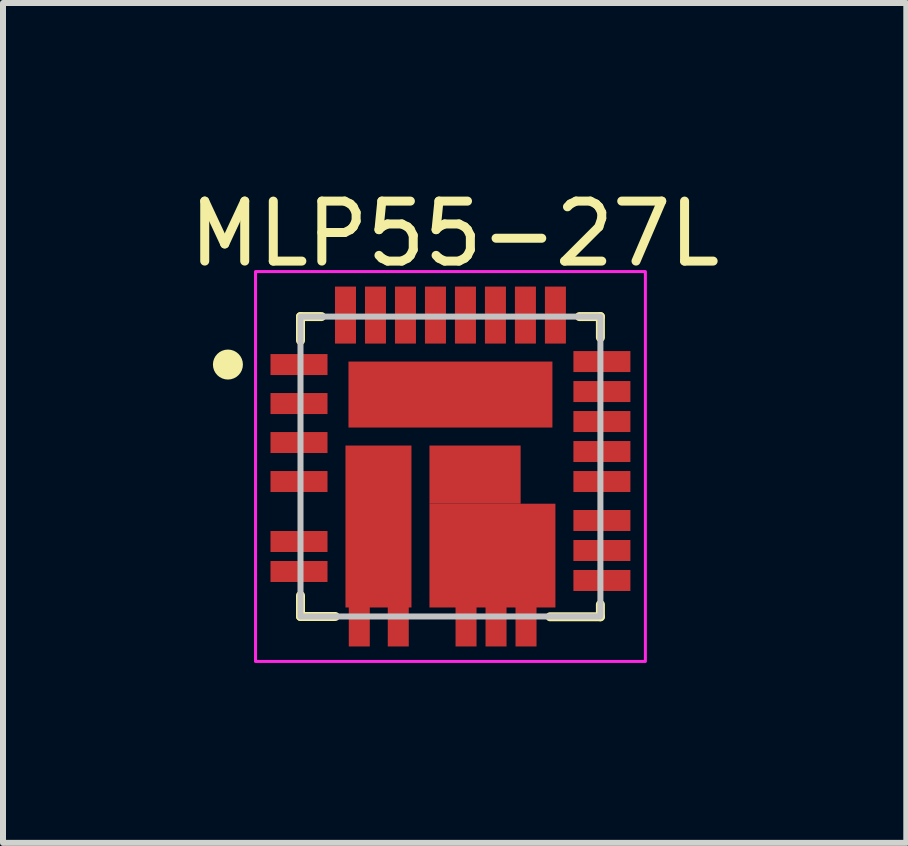
<source format=kicad_pcb>
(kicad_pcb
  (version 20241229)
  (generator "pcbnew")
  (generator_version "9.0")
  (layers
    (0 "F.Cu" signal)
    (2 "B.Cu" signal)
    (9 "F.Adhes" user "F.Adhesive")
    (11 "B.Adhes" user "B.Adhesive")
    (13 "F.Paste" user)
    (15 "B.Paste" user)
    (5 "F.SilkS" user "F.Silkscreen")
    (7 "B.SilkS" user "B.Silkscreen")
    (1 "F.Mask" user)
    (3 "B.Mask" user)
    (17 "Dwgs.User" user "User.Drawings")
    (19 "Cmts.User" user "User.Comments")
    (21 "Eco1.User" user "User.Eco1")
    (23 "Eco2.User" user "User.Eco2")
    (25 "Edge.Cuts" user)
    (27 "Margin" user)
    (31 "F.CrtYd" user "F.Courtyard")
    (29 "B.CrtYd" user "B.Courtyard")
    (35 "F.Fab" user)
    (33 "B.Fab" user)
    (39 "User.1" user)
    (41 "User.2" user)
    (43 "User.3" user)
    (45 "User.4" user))
  (footprint "MLP55-27L"
    (layer "F.Cu")
    (at 4.46 4.728)
    (property "Reference" "MLP55-27L" (at 0.07 -3.88 0) (unlocked yes) (layer "F.SilkS") (effects (font (size 1 1) (thickness 0.15))))
    (attr smd)
    (fp_line (start -2.5 -2.5) (end -2.5 -2.1) (stroke (width 0.15) (type solid)) (layer "F.SilkS"))
    (fp_line (start -2.5 -2.5) (end -2.15 -2.5) (stroke (width 0.15) (type solid)) (layer "F.SilkS"))
    (fp_line (start -2.5 2.5) (end -2.5 2.15) (stroke (width 0.15) (type solid)) (layer "F.SilkS"))
    (fp_line (start -2.5 2.5) (end -1.92 2.5) (stroke (width 0.15) (type solid)) (layer "F.SilkS"))
    (fp_line (start 2.5 -2.5) (end 2.15 -2.5) (stroke (width 0.15) (type solid)) (layer "F.SilkS"))
    (fp_line (start 2.5 -2.5) (end 2.5 -2.15) (stroke (width 0.15) (type solid)) (layer "F.SilkS"))
    (fp_line (start 2.5 2.505) (end 1.66 2.505) (stroke (width 0.15) (type solid)) (layer "F.SilkS"))
    (fp_line (start 2.5 2.505) (end 2.5 2.3) (stroke (width 0.15) (type solid)) (layer "F.SilkS"))
    (fp_circle (center -3.71 -1.7) (end -3.585 -1.7) (stroke (width 0.25) (type solid)) (fill no) (layer "F.SilkS"))
    (fp_rect (start -2.5 -2.5) (end 2.5 2.5) (stroke (width 0.1) (type solid)) (fill no) (layer "Dwgs.User"))
    (fp_rect (start -3.25 -3.25) (end 3.25 3.25) (stroke (width 0.05) (type solid)) (fill no) (layer "F.CrtYd"))
    (pad "1" smd rect (at -2.525 -1.7) (size 0.95 0.35) (layers "F.Cu" "F.Mask" "F.Paste"))
    (pad "2" smd rect (at -2.525 -1.05) (size 0.95 0.35) (layers "F.Cu" "F.Mask" "F.Paste"))
    (pad "3" smd rect (at -2.525 -0.4) (size 0.95 0.35) (layers "F.Cu" "F.Mask" "F.Paste"))
    (pad "4" smd rect (at -2.525 0.25) (size 0.95 0.35) (layers "F.Cu" "F.Mask" "F.Paste"))
    (pad "5" smd rect (at -2.525 1.25) (size 0.95 0.35) (layers "F.Cu" "F.Mask" "F.Paste"))
    (pad "6" smd rect (at -2.525 1.75) (size 0.95 0.35) (layers "F.Cu" "F.Mask" "F.Paste"))
    (pad "7" smd rect (at -1.52 2.525 90) (size 0.95 0.35) (layers "F.Cu" "F.Mask" "F.Paste"))
    (pad "8" smd rect (at -0.87 2.525 90) (size 0.95 0.35) (layers "F.Cu" "F.Mask" "F.Paste"))
    (pad "9" smd rect (at 0.26 2.525 90) (size 0.95 0.35) (layers "F.Cu" "F.Mask" "F.Paste"))
    (pad "10" smd rect (at 0.76 2.525 90) (size 0.95 0.35) (layers "F.Cu" "F.Mask" "F.Paste"))
    (pad "11" smd rect (at 1.26 2.525 90) (size 0.95 0.35) (layers "F.Cu" "F.Mask" "F.Paste"))
    (pad "12" smd rect (at 2.525 1.9 180) (size 0.95 0.35) (layers "F.Cu" "F.Mask" "F.Paste"))
    (pad "13" smd rect (at 2.525 1.4 180) (size 0.95 0.35) (layers "F.Cu" "F.Mask" "F.Paste"))
    (pad "14" smd rect (at 2.525 0.9 180) (size 0.95 0.35) (layers "F.Cu" "F.Mask" "F.Paste"))
    (pad "15" smd rect (at 2.525 0.25 180) (size 0.95 0.35) (layers "F.Cu" "F.Mask" "F.Paste"))
    (pad "16" smd rect (at 2.525 -0.25 180) (size 0.95 0.35) (layers "F.Cu" "F.Mask" "F.Paste"))
    (pad "17" smd rect (at 2.525 -0.75 180) (size 0.95 0.35) (layers "F.Cu" "F.Mask" "F.Paste"))
    (pad "18" smd rect (at 2.525 -1.25 180) (size 0.95 0.35) (layers "F.Cu" "F.Mask" "F.Paste"))
    (pad "19" smd rect (at 2.525 -1.75 180) (size 0.95 0.35) (layers "F.Cu" "F.Mask" "F.Paste"))
    (pad "20" smd rect (at 1.75 -2.525 270) (size 0.95 0.35) (layers "F.Cu" "F.Mask" "F.Paste"))
    (pad "21" smd rect (at 1.25 -2.525 270) (size 0.95 0.35) (layers "F.Cu" "F.Mask" "F.Paste"))
    (pad "22" smd rect (at 0.75 -2.525 270) (size 0.95 0.35) (layers "F.Cu" "F.Mask" "F.Paste"))
    (pad "23" smd rect (at 0.25 -2.525 270) (size 0.95 0.35) (layers "F.Cu" "F.Mask" "F.Paste"))
    (pad "24" smd rect (at -0.25 -2.525 270) (size 0.95 0.35) (layers "F.Cu" "F.Mask" "F.Paste"))
    (pad "25" smd rect (at -0.75 -2.525 270) (size 0.95 0.35) (layers "F.Cu" "F.Mask" "F.Paste"))
    (pad "26" smd rect (at -1.25 -2.525 270) (size 0.95 0.35) (layers "F.Cu" "F.Mask" "F.Paste"))
    (pad "27" smd rect (at -1.75 -2.525 270) (size 0.95 0.35) (layers "F.Cu" "F.Mask" "F.Paste"))
    (pad "28" smd rect (at 0 -1.2) (size 3.4 1.1) (layers "F.Cu" "F.Mask" "F.Paste"))
    (pad "29" smd rect (at -1.2 1) (size 1.1 2.7) (layers "F.Cu" "F.Mask" "F.Paste"))
    (pad "30_1" smd rect (at 0.7 1.485) (size 2.1 1.73) (layers "F.Cu" "F.Mask" "F.Paste"))
    (pad "30_2" smd rect (at 0.41 0.135) (size 1.52 0.97) (layers "F.Cu" "F.Mask" "F.Paste")))
  (gr_rect
    (start -3 -3)
    (end 12.06 11.003)
    (stroke (width 0.1) (type default))
    (fill no)
    (layer "Edge.Cuts")))
</source>
